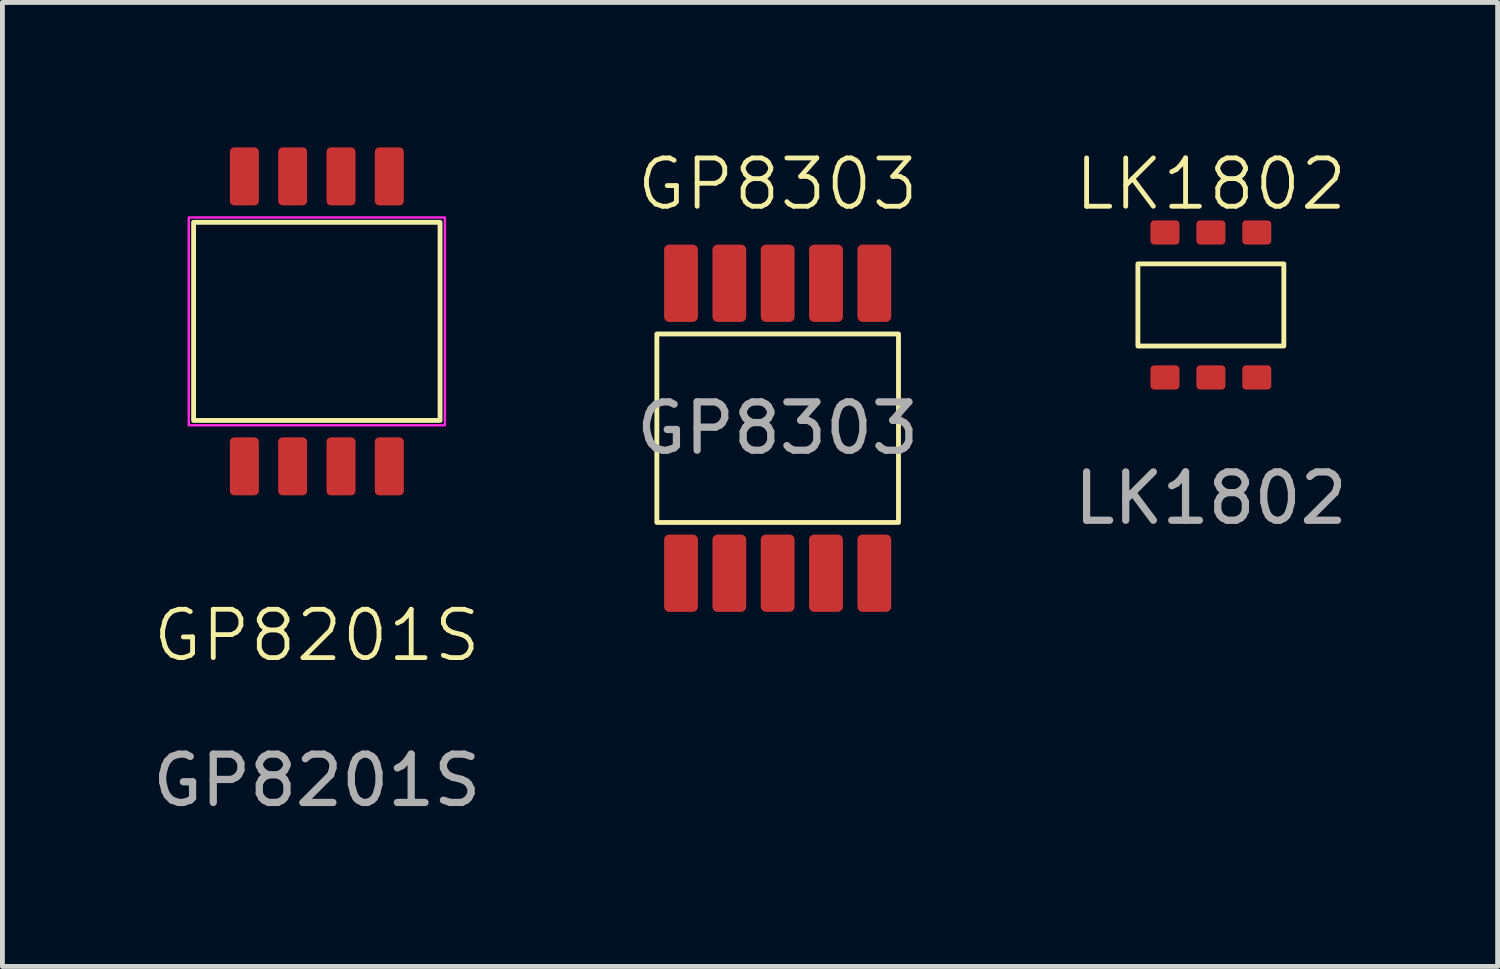
<source format=kicad_pcb>
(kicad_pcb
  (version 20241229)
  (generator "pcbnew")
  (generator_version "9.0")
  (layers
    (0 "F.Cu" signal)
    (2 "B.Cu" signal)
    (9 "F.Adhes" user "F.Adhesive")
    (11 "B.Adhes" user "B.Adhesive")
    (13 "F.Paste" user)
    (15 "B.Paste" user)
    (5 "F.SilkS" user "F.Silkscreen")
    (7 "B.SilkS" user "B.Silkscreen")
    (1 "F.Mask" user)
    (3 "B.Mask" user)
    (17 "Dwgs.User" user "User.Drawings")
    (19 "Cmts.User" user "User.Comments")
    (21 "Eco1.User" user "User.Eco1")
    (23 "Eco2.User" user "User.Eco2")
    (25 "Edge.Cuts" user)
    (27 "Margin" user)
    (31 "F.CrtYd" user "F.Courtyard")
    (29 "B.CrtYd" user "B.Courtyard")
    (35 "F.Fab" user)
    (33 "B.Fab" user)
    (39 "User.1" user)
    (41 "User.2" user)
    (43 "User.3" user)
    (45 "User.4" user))
  (footprint "GP8303"
    (layer "F.Cu")
    (at 13.042 5.761)
    (property "Reference" "GP8303" (at 0 -5 0) (unlocked yes) (layer "F.SilkS") (effects (font (size 1 1) (thickness 0.1))))
    (attr smd)
    (fp_rect (start -2.5 -1.9) (end 2.5 2) (stroke (width 0.1) (type solid)) (fill no) (layer "F.SilkS"))
    (fp_text user "${REFERENCE}" (at 0 0.05 0) (unlocked yes) (layer "F.Fab") (effects (font (size 1 1) (thickness 0.15))))
    (pad "1" smd roundrect (at 2 3.05) (size 0.7 1.6) (layers "F.Cu" "F.Mask" "F.Paste") (roundrect_rratio 0.15))
    (pad "2" smd roundrect (at 1 3.05) (size 0.7 1.6) (layers "F.Cu" "F.Mask" "F.Paste") (roundrect_rratio 0.15))
    (pad "3" smd roundrect (at 0 3.05) (size 0.7 1.6) (layers "F.Cu" "F.Mask" "F.Paste") (roundrect_rratio 0.15))
    (pad "4" smd roundrect (at -1 3.05) (size 0.7 1.6) (layers "F.Cu" "F.Mask" "F.Paste") (roundrect_rratio 0.15))
    (pad "5" smd roundrect (at -2 3.05) (size 0.7 1.6) (layers "F.Cu" "F.Mask" "F.Paste") (roundrect_rratio 0.15))
    (pad "6" smd roundrect (at 2 -2.95) (size 0.7 1.6) (layers "F.Cu" "F.Mask" "F.Paste") (roundrect_rratio 0.15))
    (pad "7" smd roundrect (at 1 -2.95) (size 0.7 1.6) (layers "F.Cu" "F.Mask" "F.Paste") (roundrect_rratio 0.15))
    (pad "8" smd roundrect (at 0 -2.95) (size 0.7 1.6) (layers "F.Cu" "F.Mask" "F.Paste") (roundrect_rratio 0.15))
    (pad "9" smd roundrect (at -1 -2.95) (size 0.7 1.6) (layers "F.Cu" "F.Mask" "F.Paste") (roundrect_rratio 0.15))
    (pad "10" smd roundrect (at -2 -2.95) (size 0.7 1.6) (layers "F.Cu" "F.Mask" "F.Paste") (roundrect_rratio 0.15)))
  (footprint "GP8201S"
    (layer "F.Cu")
    (at 3.506 3.6)
    (property "Reference" "GP8201S" (at 0 6.5 0) (unlocked yes) (layer "F.SilkS") (effects (font (size 1 1) (thickness 0.1))))
    (attr smd)
    (fp_rect (start -2.55 -2.05) (end 2.55 2.05) (stroke (width 0.1) (type solid)) (fill no) (layer "F.SilkS"))
    (fp_rect (start -2.65 -2.15) (end 2.65 2.15) (stroke (width 0.05) (type solid)) (fill no) (layer "F.CrtYd"))
    (fp_text user "${REFERENCE}" (at 0 9.5 0) (unlocked yes) (layer "F.Fab") (effects (font (size 1 1) (thickness 0.15))))
    (pad "1" smd roundrect (at 1.5 3) (size 0.6 1.2) (layers "F.Cu" "F.Mask" "F.Paste") (roundrect_rratio 0.15))
    (pad "2" smd roundrect (at 0.5 3) (size 0.6 1.2) (layers "F.Cu" "F.Mask" "F.Paste") (roundrect_rratio 0.15))
    (pad "3" smd roundrect (at -0.5 3) (size 0.6 1.2) (layers "F.Cu" "F.Mask" "F.Paste") (roundrect_rratio 0.15))
    (pad "4" smd roundrect (at -1.5 3) (size 0.6 1.2) (layers "F.Cu" "F.Mask" "F.Paste") (roundrect_rratio 0.15))
    (pad "5" smd roundrect (at 1.5 -3) (size 0.6 1.2) (layers "F.Cu" "F.Mask" "F.Paste") (roundrect_rratio 0.15))
    (pad "6" smd roundrect (at 0.5 -3) (size 0.6 1.2) (layers "F.Cu" "F.Mask" "F.Paste") (roundrect_rratio 0.15))
    (pad "7" smd roundrect (at -0.5 -3) (size 0.6 1.2) (layers "F.Cu" "F.Mask" "F.Paste") (roundrect_rratio 0.15))
    (pad "8" smd roundrect (at -1.5 -3) (size 0.6 1.2) (layers "F.Cu" "F.Mask" "F.Paste") (roundrect_rratio 0.15)))
  (footprint "LK1802"
    (layer "F.Cu")
    (at 22.006 3.26)
    (property "Reference" "LK1802" (at 0 -2.5 0) (unlocked yes) (layer "F.SilkS") (effects (font (size 1 1) (thickness 0.1))))
    (attr smd)
    (fp_rect (start -1.51 -0.85) (end 1.51 0.85) (stroke (width 0.1) (type solid)) (fill no) (layer "F.SilkS"))
    (fp_text user "${REFERENCE}" (at 0 4 0) (unlocked yes) (layer "F.Fab") (effects (font (size 1 1) (thickness 0.15))))
    (pad "1" smd roundrect (at 0.95 1.5) (size 0.6 0.5) (layers "F.Cu" "F.Mask" "F.Paste") (roundrect_rratio 0.15))
    (pad "2" smd roundrect (at 0 1.5) (size 0.6 0.5) (layers "F.Cu" "F.Mask" "F.Paste") (roundrect_rratio 0.15))
    (pad "3" smd roundrect (at -0.95 1.5) (size 0.6 0.5) (layers "F.Cu" "F.Mask" "F.Paste") (roundrect_rratio 0.15))
    (pad "4" smd roundrect (at -0.95 -1.5) (size 0.6 0.5) (layers "F.Cu" "F.Mask" "F.Paste") (roundrect_rratio 0.15))
    (pad "5" smd roundrect (at 0 -1.5) (size 0.6 0.5) (layers "F.Cu" "F.Mask" "F.Paste") (roundrect_rratio 0.15))
    (pad "6" smd roundrect (at 0.95 -1.5) (size 0.6 0.5) (layers "F.Cu" "F.Mask" "F.Paste") (roundrect_rratio 0.15)))
  (gr_rect
    (start -3 -3)
    (end 27.94 16.948)
    (stroke (width 0.1) (type default))
    (fill no)
    (layer "Edge.Cuts")))
</source>
